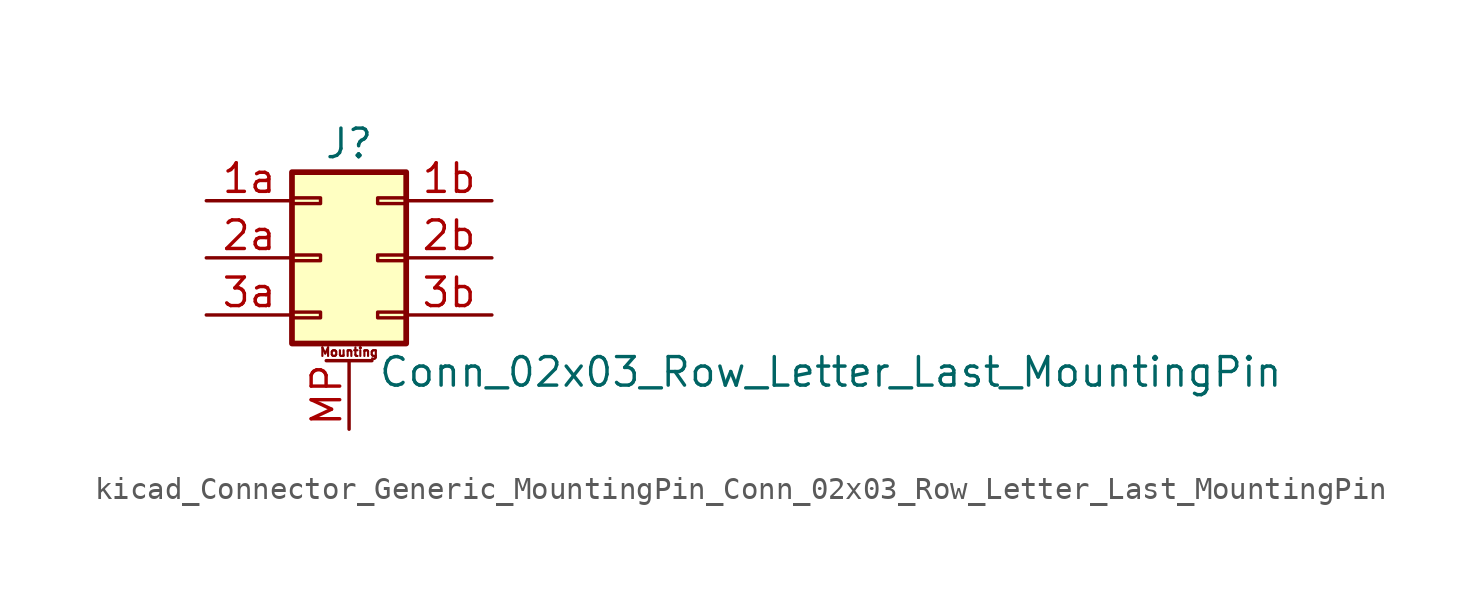
<source format=kicad_sym>
(kicad_symbol_lib
  (version 20220914)
  (generator kicad_symbol_editor)
  (symbol "kicad_Connector_Generic_MountingPin_Conn_02x03_Row_Letter_Last_MountingPin"
    (pin_names
      (offset 1.016) hide)
    (property "Reference" "J"
      (at 1.27 5.08 0)
      (effects (font (size 1.27 1.27))))
    (property "Value" "Conn_02x03_Row_Letter_Last_MountingPin"
      (at 2.54 -5.08 0)
      (effects (font (size 1.27 1.27)) (justify left)))
    (symbol "kicad_Connector_Generic_MountingPin_Conn_02x03_Row_Letter_Last_MountingPin_1_1"
      (rectangle (start -1.27 -2.413) (end 0 -2.667) (stroke (width 0.152) (type default)) (fill (type none)))
      (rectangle (start -1.27 0.127) (end 0 -0.127) (stroke (width 0.152) (type default)) (fill (type none)))
      (rectangle (start -1.27 2.667) (end 0 2.413) (stroke (width 0.152) (type default)) (fill (type none)))
      (rectangle (start -1.27 3.81) (end 3.81 -3.81) (stroke (width 0.254) (type default)) (fill (type background)))
      (polyline (pts (xy 0.254 -4.572) (xy 2.286 -4.572)) (stroke (width 0.152) (type default)) (fill (type none)))
      (rectangle (start 3.81 -2.413) (end 2.54 -2.667) (stroke (width 0.152) (type default)) (fill (type none)))
      (rectangle (start 3.81 0.127) (end 2.54 -0.127) (stroke (width 0.152) (type default)) (fill (type none)))
      (rectangle (start 3.81 2.667) (end 2.54 2.413) (stroke (width 0.152) (type default)) (fill (type none)))
      (text "Mounting" (at 1.27 -4.191 0) (effects (font (size 0.381 0.381))))
      (pin passive line (at -5.08 2.54 0) (length 3.81) (name "Pin_1a" (effects (font (size 1.27 1.27)))) (number "1a" (effects (font (size 1.27 1.27)))))
      (pin passive line (at 7.62 2.54 180) (length 3.81) (name "Pin_1b" (effects (font (size 1.27 1.27)))) (number "1b" (effects (font (size 1.27 1.27)))))
      (pin passive line (at -5.08 0 0) (length 3.81) (name "Pin_2a" (effects (font (size 1.27 1.27)))) (number "2a" (effects (font (size 1.27 1.27)))))
      (pin passive line (at 7.62 0 180) (length 3.81) (name "Pin_2b" (effects (font (size 1.27 1.27)))) (number "2b" (effects (font (size 1.27 1.27)))))
      (pin passive line (at -5.08 -2.54 0) (length 3.81) (name "Pin_3a" (effects (font (size 1.27 1.27)))) (number "3a" (effects (font (size 1.27 1.27)))))
      (pin passive line (at 7.62 -2.54 180) (length 3.81) (name "Pin_3b" (effects (font (size 1.27 1.27)))) (number "3b" (effects (font (size 1.27 1.27)))))
      (pin passive line (at 1.27 -7.62 90) (length 3.048) (name "MountPin" (effects (font (size 1.27 1.27)))) (number "MP" (effects (font (size 1.27 1.27))))))))
</source>
